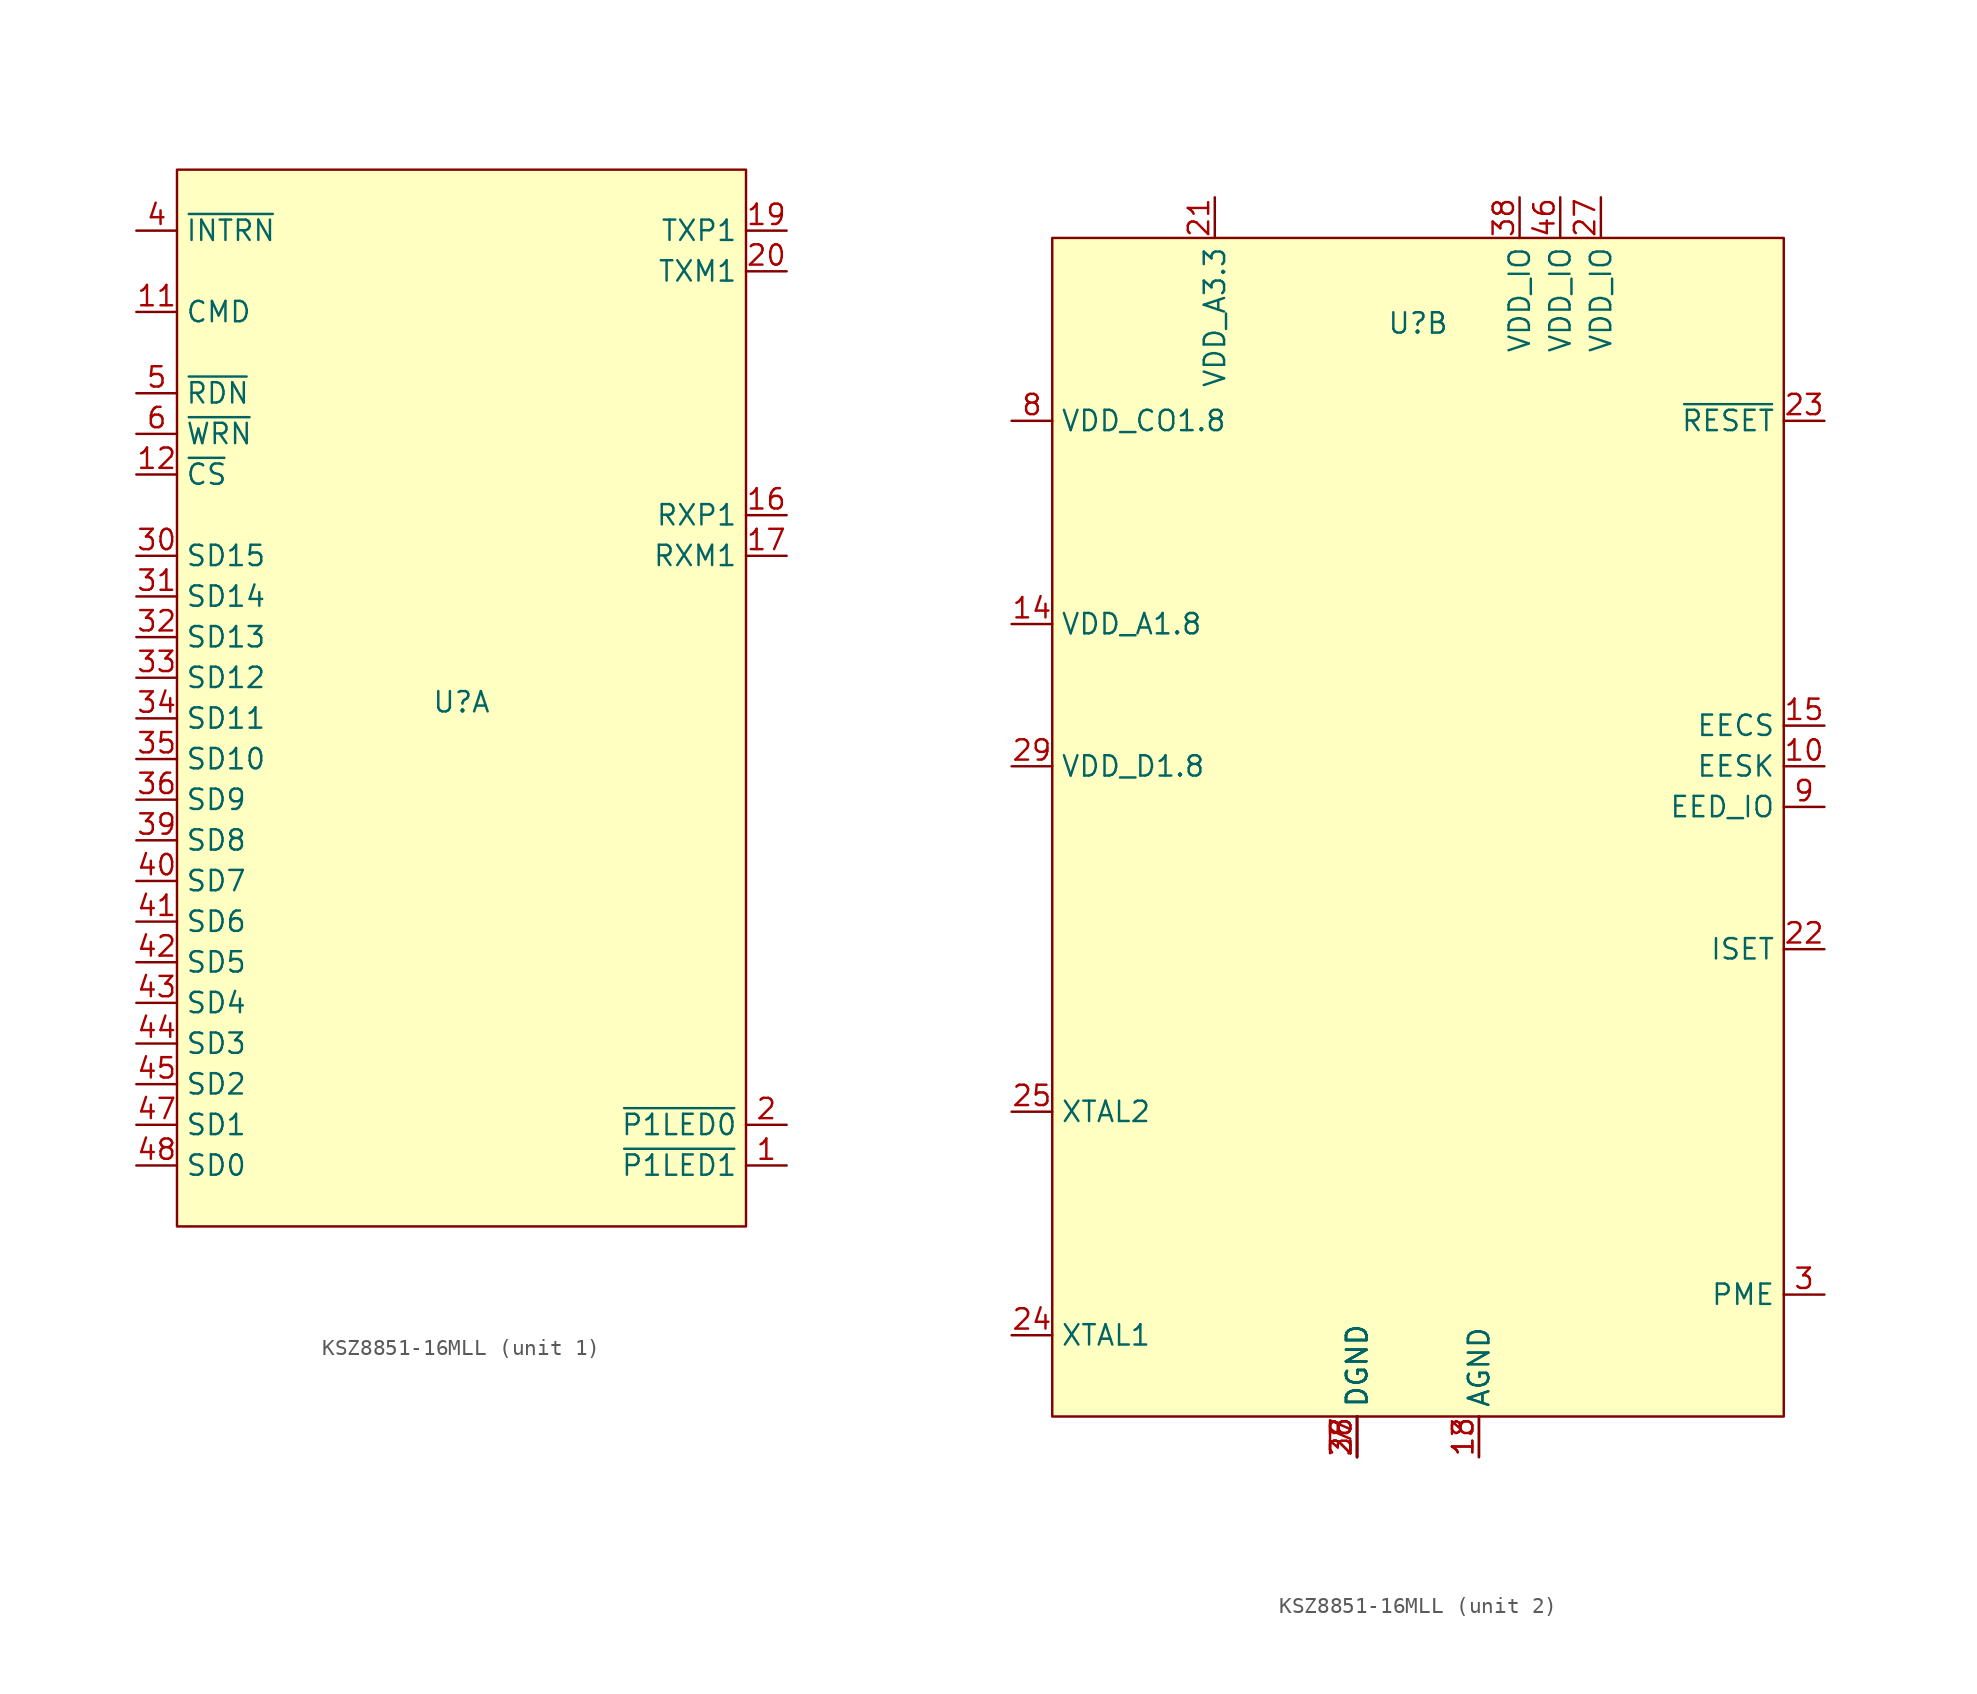
<source format=kicad_sym>
(kicad_symbol_lib
  (version 20231120)
  (generator "kicad_symbol_editor")
  (generator_version "8.0")
  (symbol "KSZ8851-16MLL"
    (property "Reference" "U"
      (at 0 -1.524 0)
      (effects (font (size 1.27 1.27))))
    (property "Value" ""
      (at 20.32 -30.48 0)
      (effects (font (size 1.27 1.27))))
    (property "ki_locked" ""
      (at 0 0 0)
      (effects (font (size 1.27 1.27))))
    (symbol "KSZ8851-16MLL_1_0"
      (pin output line (at 20.32 -30.48 180) (length 2.54) (name "~{P1LED1}" (effects (font (size 1.27 1.27)))) (number "1" (effects (font (size 1.27 1.27)))))
      (pin input line (at -20.32 22.86 0) (length 2.54) (name "CMD" (effects (font (size 1.27 1.27)))) (number "11" (effects (font (size 1.27 1.27)))))
      (pin input line (at -20.32 12.7 0) (length 2.54) (name "~{CS}" (effects (font (size 1.27 1.27)))) (number "12" (effects (font (size 1.27 1.27)))))
      (pin bidirectional line (at 20.32 10.16 180) (length 2.54) (name "RXP1" (effects (font (size 1.27 1.27)))) (number "16" (effects (font (size 1.27 1.27)))))
      (pin bidirectional line (at 20.32 7.62 180) (length 2.54) (name "RXM1" (effects (font (size 1.27 1.27)))) (number "17" (effects (font (size 1.27 1.27)))))
      (pin bidirectional line (at 20.32 27.94 180) (length 2.54) (name "TXP1" (effects (font (size 1.27 1.27)))) (number "19" (effects (font (size 1.27 1.27)))))
      (pin output line (at 20.32 -27.94 180) (length 2.54) (name "~{P1LED0}" (effects (font (size 1.27 1.27)))) (number "2" (effects (font (size 1.27 1.27)))))
      (pin bidirectional line (at 20.32 25.4 180) (length 2.54) (name "TXM1" (effects (font (size 1.27 1.27)))) (number "20" (effects (font (size 1.27 1.27)))))
      (pin bidirectional line (at -20.32 7.62 0) (length 2.54) (name "SD15" (effects (font (size 1.27 1.27)))) (number "30" (effects (font (size 1.27 1.27)))))
      (pin bidirectional line (at -20.32 5.08 0) (length 2.54) (name "SD14" (effects (font (size 1.27 1.27)))) (number "31" (effects (font (size 1.27 1.27)))))
      (pin bidirectional line (at -20.32 2.54 0) (length 2.54) (name "SD13" (effects (font (size 1.27 1.27)))) (number "32" (effects (font (size 1.27 1.27)))))
      (pin bidirectional line (at -20.32 0 0) (length 2.54) (name "SD12" (effects (font (size 1.27 1.27)))) (number "33" (effects (font (size 1.27 1.27)))))
      (pin bidirectional line (at -20.32 -2.54 0) (length 2.54) (name "SD11" (effects (font (size 1.27 1.27)))) (number "34" (effects (font (size 1.27 1.27)))))
      (pin bidirectional line (at -20.32 -5.08 0) (length 2.54) (name "SD10" (effects (font (size 1.27 1.27)))) (number "35" (effects (font (size 1.27 1.27)))))
      (pin bidirectional line (at -20.32 -7.62 0) (length 2.54) (name "SD9" (effects (font (size 1.27 1.27)))) (number "36" (effects (font (size 1.27 1.27)))))
      (pin bidirectional line (at -20.32 -10.16 0) (length 2.54) (name "SD8" (effects (font (size 1.27 1.27)))) (number "39" (effects (font (size 1.27 1.27)))))
      (pin output line (at -20.32 27.94 0) (length 2.54) (name "~{INTRN}" (effects (font (size 1.27 1.27)))) (number "4" (effects (font (size 1.27 1.27)))))
      (pin bidirectional line (at -20.32 -12.7 0) (length 2.54) (name "SD7" (effects (font (size 1.27 1.27)))) (number "40" (effects (font (size 1.27 1.27)))))
      (pin bidirectional line (at -20.32 -15.24 0) (length 2.54) (name "SD6" (effects (font (size 1.27 1.27)))) (number "41" (effects (font (size 1.27 1.27)))))
      (pin bidirectional line (at -20.32 -17.78 0) (length 2.54) (name "SD5" (effects (font (size 1.27 1.27)))) (number "42" (effects (font (size 1.27 1.27)))))
      (pin bidirectional line (at -20.32 -20.32 0) (length 2.54) (name "SD4" (effects (font (size 1.27 1.27)))) (number "43" (effects (font (size 1.27 1.27)))))
      (pin bidirectional line (at -20.32 -22.86 0) (length 2.54) (name "SD3" (effects (font (size 1.27 1.27)))) (number "44" (effects (font (size 1.27 1.27)))))
      (pin bidirectional line (at -20.32 -25.4 0) (length 2.54) (name "SD2" (effects (font (size 1.27 1.27)))) (number "45" (effects (font (size 1.27 1.27)))))
      (pin bidirectional line (at -20.32 -27.94 0) (length 2.54) (name "SD1" (effects (font (size 1.27 1.27)))) (number "47" (effects (font (size 1.27 1.27)))))
      (pin bidirectional line (at -20.32 -30.48 0) (length 2.54) (name "SD0" (effects (font (size 1.27 1.27)))) (number "48" (effects (font (size 1.27 1.27)))))
      (pin input line (at -20.32 17.78 0) (length 2.54) (name "~{RDN}" (effects (font (size 1.27 1.27)))) (number "5" (effects (font (size 1.27 1.27)))))
      (pin input line (at -20.32 15.24 0) (length 2.54) (name "~{WRN}" (effects (font (size 1.27 1.27)))) (number "6" (effects (font (size 1.27 1.27))))))
    (symbol "KSZ8851-16MLL_1_1"
      (rectangle (start -17.78 31.75) (end 17.78 -34.29) (stroke (width 0) (type default)) (fill (type background))))
    (symbol "KSZ8851-16MLL_2_0"
      (pin output line (at 25.4 -29.21 180) (length 2.54) (name "EESK" (effects (font (size 1.27 1.27)))) (number "10" (effects (font (size 1.27 1.27)))))
      (pin power_in line (at 3.81 -72.39 90) (length 2.54) (name "AGND" (effects (font (size 1.27 1.27)))) (number "13" (effects (font (size 1.27 1.27)))))
      (pin power_in line (at -25.4 -20.32 0) (length 2.54) (name "VDD_A1.8" (effects (font (size 1.27 1.27)))) (number "14" (effects (font (size 1.27 1.27)))))
      (pin output line (at 25.4 -26.67 180) (length 2.54) (name "EECS" (effects (font (size 1.27 1.27)))) (number "15" (effects (font (size 1.27 1.27)))))
      (pin power_in line (at 3.81 -72.39 90) (length 2.54) (name "AGND" (effects (font (size 1.27 1.27)))) (number "18" (effects (font (size 1.27 1.27)))))
      (pin power_in line (at -12.7 6.35 270) (length 2.54) (name "VDD_A3.3" (effects (font (size 1.27 1.27)))) (number "21" (effects (font (size 1.27 1.27)))))
      (pin output line (at 25.4 -40.64 180) (length 2.54) (name "ISET" (effects (font (size 1.27 1.27)))) (number "22" (effects (font (size 1.27 1.27)))))
      (pin input line (at 25.4 -7.62 180) (length 2.54) (name "~{RESET}" (effects (font (size 1.27 1.27)))) (number "23" (effects (font (size 1.27 1.27)))))
      (pin input line (at -25.4 -64.77 0) (length 2.54) (name "XTAL1" (effects (font (size 1.27 1.27)))) (number "24" (effects (font (size 1.27 1.27)))))
      (pin output line (at -25.4 -50.8 0) (length 2.54) (name "XTAL2" (effects (font (size 1.27 1.27)))) (number "25" (effects (font (size 1.27 1.27)))))
      (pin power_in line (at -3.81 -72.39 90) (length 2.54) (name "DGND" (effects (font (size 1.27 1.27)))) (number "26" (effects (font (size 1.27 1.27)))))
      (pin power_in line (at 11.43 6.35 270) (length 2.54) (name "VDD_IO" (effects (font (size 1.27 1.27)))) (number "27" (effects (font (size 1.27 1.27)))))
      (pin power_in line (at -3.81 -72.39 90) (length 2.54) (name "DGND" (effects (font (size 1.27 1.27)))) (number "28" (effects (font (size 1.27 1.27)))))
      (pin power_in line (at -25.4 -29.21 0) (length 2.54) (name "VDD_D1.8" (effects (font (size 1.27 1.27)))) (number "29" (effects (font (size 1.27 1.27)))))
      (pin output line (at 25.4 -62.23 180) (length 2.54) (name "PME" (effects (font (size 1.27 1.27)))) (number "3" (effects (font (size 1.27 1.27)))))
      (pin power_in line (at -3.81 -72.39 90) (length 2.54) (name "DGND" (effects (font (size 1.27 1.27)))) (number "37" (effects (font (size 1.27 1.27)))))
      (pin power_in line (at 6.35 6.35 270) (length 2.54) (name "VDD_IO" (effects (font (size 1.27 1.27)))) (number "38" (effects (font (size 1.27 1.27)))))
      (pin power_in line (at 8.89 6.35 270) (length 2.54) (name "VDD_IO" (effects (font (size 1.27 1.27)))) (number "46" (effects (font (size 1.27 1.27)))))
      (pin power_in line (at -3.81 -72.39 90) (length 2.54) (name "DGND" (effects (font (size 1.27 1.27)))) (number "7" (effects (font (size 1.27 1.27)))))
      (pin power_out line (at -25.4 -7.62 0) (length 2.54) (name "VDD_CO1.8" (effects (font (size 1.27 1.27)))) (number "8" (effects (font (size 1.27 1.27)))))
      (pin bidirectional line (at 25.4 -31.75 180) (length 2.54) (name "EED_IO" (effects (font (size 1.27 1.27)))) (number "9" (effects (font (size 1.27 1.27))))))
    (symbol "KSZ8851-16MLL_2_1"
      (rectangle (start -22.86 3.81) (end 22.86 -69.85) (stroke (width 0) (type default)) (fill (type background))))))
</source>
